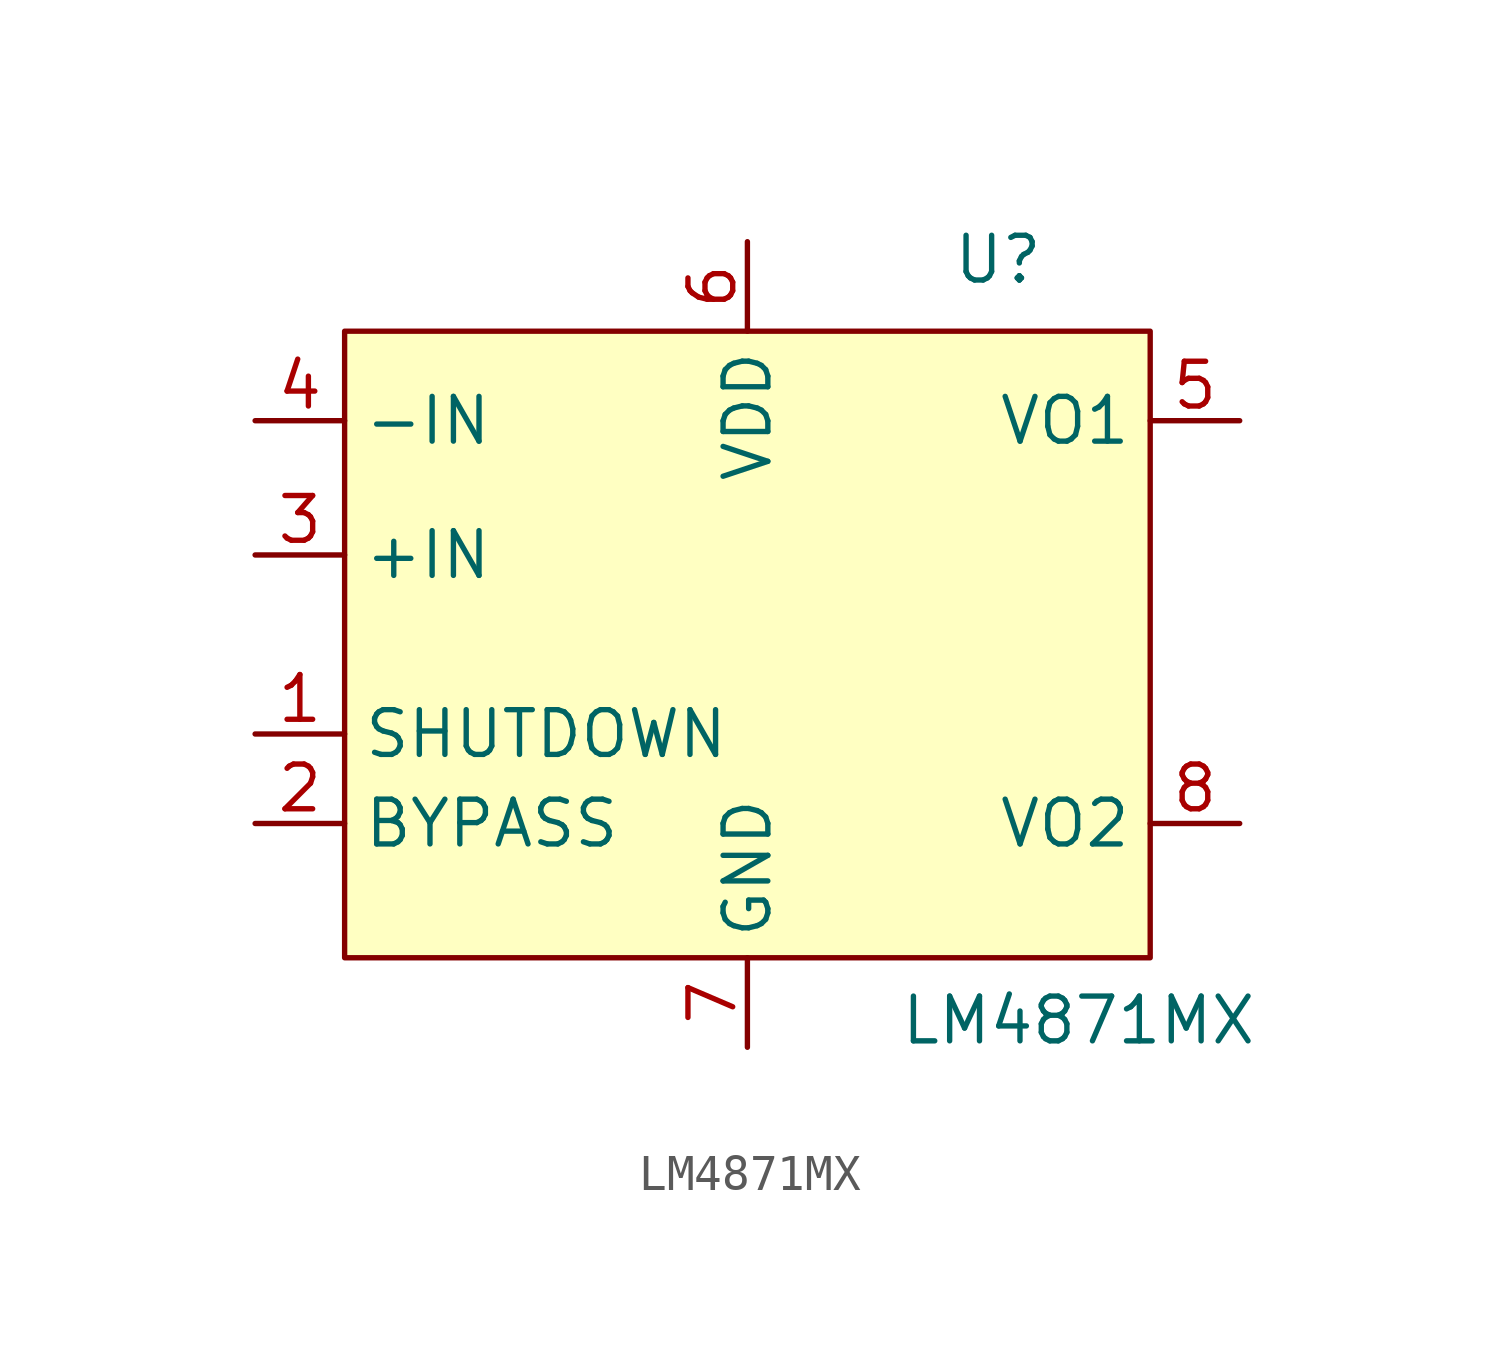
<source format=kicad_sym>
(kicad_symbol_lib
  (version 20231120)
  (generator "kicad_symbol_editor")
  (generator_version "8.0")
  (symbol "LM4871MX"
    (property "Reference" "U"
      (at 7.112 2.032 0)
      (effects (font (size 1.27 1.27))))
    (property "Value" "LM4871MX"
      (at 9.398 -19.558 0)
      (effects (font (size 1.27 1.27))))
    (symbol "LM4871MX_1_1"
      (rectangle (start -11.43 0) (end 11.43 -17.78) (stroke (width 0) (type default)) (fill (type background)))
      (pin input line (at -13.97 -11.43 0) (length 2.54) (name "SHUTDOWN" (effects (font (size 1.27 1.27)))) (number "1" (effects (font (size 1.27 1.27)))))
      (pin input line (at -13.97 -13.97 0) (length 2.54) (name "BYPASS" (effects (font (size 1.27 1.27)))) (number "2" (effects (font (size 1.27 1.27)))))
      (pin input line (at -13.97 -6.35 0) (length 2.54) (name "+IN" (effects (font (size 1.27 1.27)))) (number "3" (effects (font (size 1.27 1.27)))))
      (pin input line (at -13.97 -2.54 0) (length 2.54) (name "-IN" (effects (font (size 1.27 1.27)))) (number "4" (effects (font (size 1.27 1.27)))))
      (pin input line (at 13.97 -2.54 180) (length 2.54) (name "VO1" (effects (font (size 1.27 1.27)))) (number "5" (effects (font (size 1.27 1.27)))))
      (pin input line (at 0 2.54 270) (length 2.54) (name "VDD" (effects (font (size 1.27 1.27)))) (number "6" (effects (font (size 1.27 1.27)))))
      (pin input line (at 0 -20.32 90) (length 2.54) (name "GND" (effects (font (size 1.27 1.27)))) (number "7" (effects (font (size 1.27 1.27)))))
      (pin input line (at 13.97 -13.97 180) (length 2.54) (name "VO2" (effects (font (size 1.27 1.27)))) (number "8" (effects (font (size 1.27 1.27))))))))
</source>
